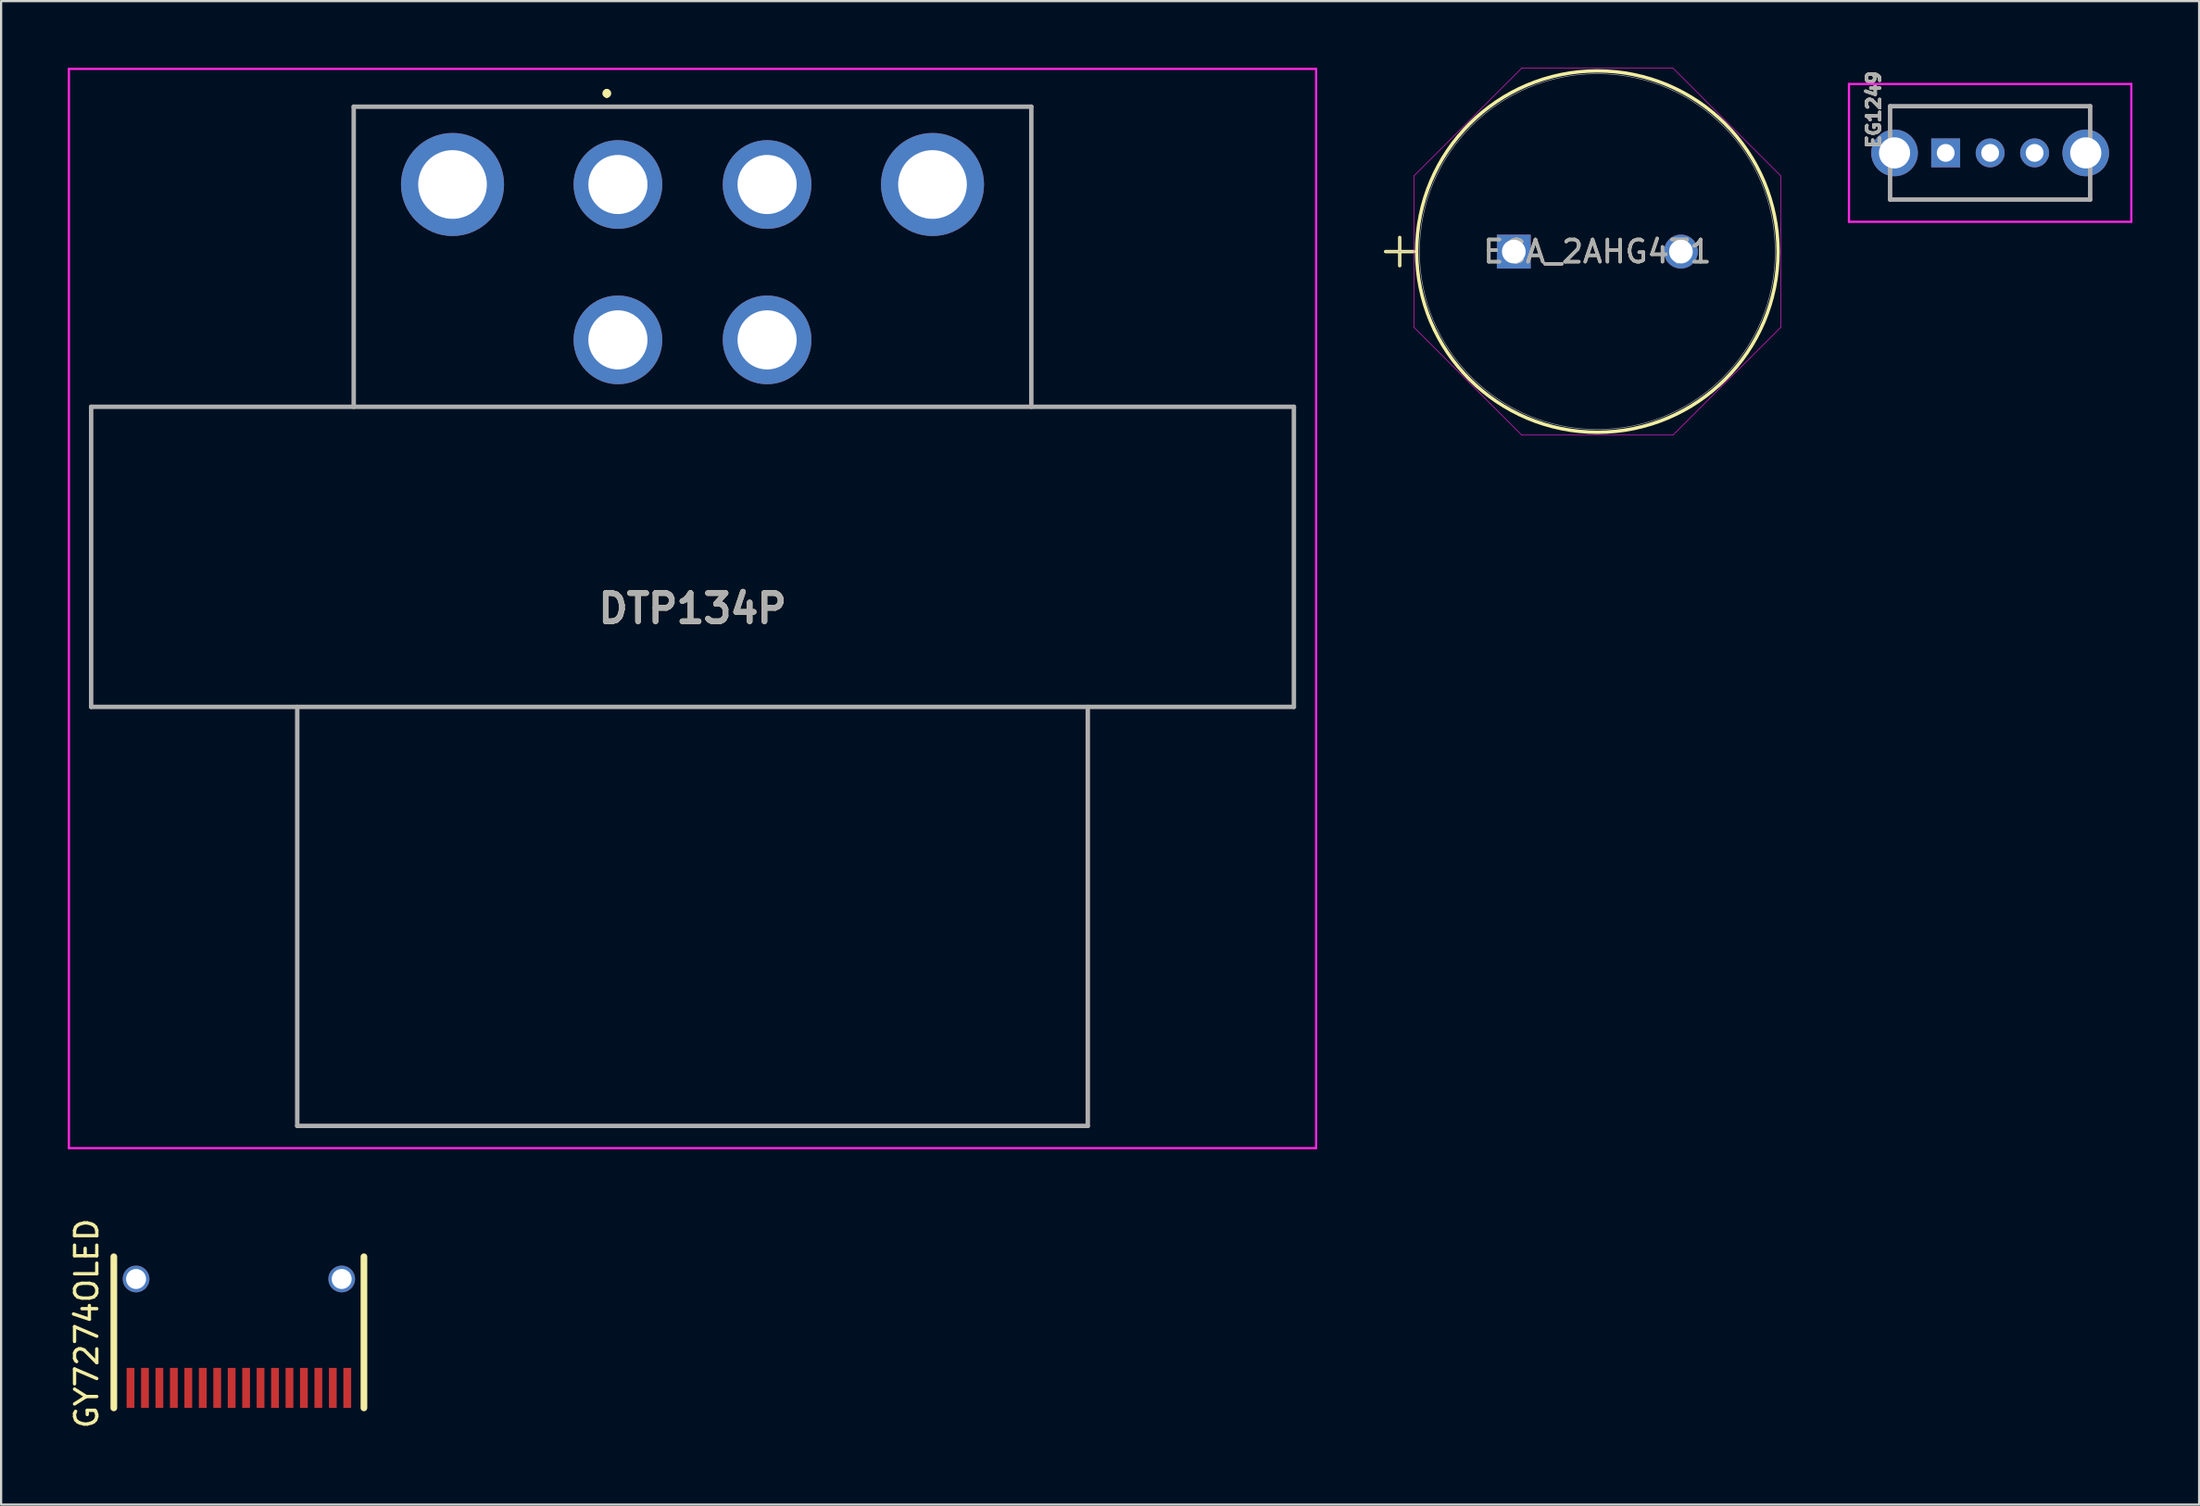
<source format=kicad_pcb>
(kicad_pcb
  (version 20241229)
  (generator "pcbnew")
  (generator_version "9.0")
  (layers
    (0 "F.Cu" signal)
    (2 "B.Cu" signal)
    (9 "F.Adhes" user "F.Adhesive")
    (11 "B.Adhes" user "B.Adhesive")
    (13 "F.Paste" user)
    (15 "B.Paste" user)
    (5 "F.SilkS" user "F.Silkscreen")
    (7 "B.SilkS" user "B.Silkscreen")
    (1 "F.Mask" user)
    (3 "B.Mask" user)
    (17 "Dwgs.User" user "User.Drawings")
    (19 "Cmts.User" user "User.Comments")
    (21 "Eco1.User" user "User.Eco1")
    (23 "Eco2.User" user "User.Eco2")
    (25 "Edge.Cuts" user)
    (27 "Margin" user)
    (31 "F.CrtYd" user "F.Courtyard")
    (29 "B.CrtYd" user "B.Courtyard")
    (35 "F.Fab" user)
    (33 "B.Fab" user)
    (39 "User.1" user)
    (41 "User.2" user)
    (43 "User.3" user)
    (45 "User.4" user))
  (footprint "GY7274OLED"
    (layer "F.Cu")
    (at 2.07 61.387)
    (property "Reference" "GY7274OLED" (at -1.222 -4.898 270) (layer "F.SilkS") (effects (font (size 1 1) (thickness 0.15))))
    (attr smd)
    (fp_line (start 0 -7.9) (end 0 -1.1) (stroke (width 0.3) (type solid)) (layer "F.SilkS"))
    (fp_line (start 11.25 -1.1) (end 11.25 -7.9) (stroke (width 0.3) (type solid)) (layer "F.SilkS"))
    (pad "1" smd custom (at 0.75 -2) (size 0.35 1.8) (layers "F.Cu" "F.Mask" "F.Paste") (options (anchor rect)) (primitives))
    (pad "2" smd custom (at 1.4 -2) (size 0.35 1.8) (layers "F.Cu" "F.Mask" "F.Paste") (options (anchor rect)) (primitives))
    (pad "3" smd custom (at 2.05 -2) (size 0.35 1.8) (layers "F.Cu" "F.Mask" "F.Paste") (options (anchor rect)) (primitives))
    (pad "4" smd custom (at 2.7 -2) (size 0.35 1.8) (layers "F.Cu" "F.Mask" "F.Paste") (options (anchor rect)) (primitives))
    (pad "5" smd custom (at 3.35 -2) (size 0.35 1.8) (layers "F.Cu" "F.Mask" "F.Paste") (options (anchor rect)) (primitives))
    (pad "6" smd custom (at 4 -2) (size 0.35 1.8) (layers "F.Cu" "F.Mask" "F.Paste") (options (anchor rect)) (primitives))
    (pad "7" smd custom (at 4.65 -2) (size 0.35 1.8) (layers "F.Cu" "F.Mask" "F.Paste") (options (anchor rect)) (primitives))
    (pad "8" smd custom (at 5.3 -2) (size 0.35 1.8) (layers "F.Cu" "F.Mask" "F.Paste") (options (anchor rect)) (primitives))
    (pad "9" smd custom (at 5.95 -2) (size 0.35 1.8) (layers "F.Cu" "F.Mask" "F.Paste") (options (anchor rect)) (primitives))
    (pad "10" smd custom (at 6.6 -2) (size 0.35 1.8) (layers "F.Cu" "F.Mask" "F.Paste") (options (anchor rect)) (primitives))
    (pad "11" smd custom (at 7.25 -2) (size 0.35 1.8) (layers "F.Cu" "F.Mask" "F.Paste") (options (anchor rect)) (primitives))
    (pad "12" smd custom (at 7.9 -2) (size 0.35 1.8) (layers "F.Cu" "F.Mask" "F.Paste") (options (anchor rect)) (primitives))
    (pad "13" smd custom (at 8.55 -2) (size 0.35 1.8) (layers "F.Cu" "F.Mask" "F.Paste") (options (anchor rect)) (primitives))
    (pad "14" smd custom (at 9.2 -2) (size 0.35 1.8) (layers "F.Cu" "F.Mask" "F.Paste") (options (anchor rect)) (primitives))
    (pad "15" smd custom (at 9.85 -2) (size 0.35 1.8) (layers "F.Cu" "F.Mask" "F.Paste") (options (anchor rect)) (primitives))
    (pad "16" smd custom (at 10.5 -2) (size 0.35 1.8) (layers "F.Cu" "F.Mask" "F.Paste") (options (anchor rect)) (primitives))
    (pad "17" thru_hole circle (at 1 -6.9) (size 1.2 1.2) (drill 0.9) (layers "*.Cu" "*.Mask"))
    (pad "17" thru_hole circle (at 10.25 -6.9) (size 1.2 1.2) (drill 0.9) (layers "*.Cu" "*.Mask")))
  (footprint "EG1249"
    (layer "F.Cu")
    (at 84.469 3.828)
    (property "Reference" "EG1249" (at -3.239 -1.949 270) (layer "F.SilkS") (effects (font (size 0.6 0.6) (thickness 0.15))))
    (attr through_hole)
    (fp_line (start -2.5 -2.1) (end -2.5 -1.5) (stroke (width 0.1) (type solid)) (layer "F.SilkS"))
    (fp_line (start -2.5 2.1) (end -2.5 1.5) (stroke (width 0.1) (type solid)) (layer "F.SilkS"))
    (fp_line (start 6.5 -2.1) (end -2.5 -2.1) (stroke (width 0.1) (type solid)) (layer "F.SilkS"))
    (fp_line (start 6.5 -1.5) (end 6.5 -2.1) (stroke (width 0.1) (type solid)) (layer "F.SilkS"))
    (fp_line (start 6.5 1.5) (end 6.5 2.1) (stroke (width 0.1) (type solid)) (layer "F.SilkS"))
    (fp_line (start 6.5 2.1) (end -2.5 2.1) (stroke (width 0.1) (type solid)) (layer "F.SilkS"))
    (fp_line (start -4.35 -3.1) (end -4.35 3.1) (stroke (width 0.1) (type solid)) (layer "F.CrtYd"))
    (fp_line (start -4.35 3.1) (end 8.35 3.1) (stroke (width 0.1) (type solid)) (layer "F.CrtYd"))
    (fp_line (start 8.35 -3.1) (end -4.35 -3.1) (stroke (width 0.1) (type solid)) (layer "F.CrtYd"))
    (fp_line (start 8.35 3.1) (end 8.35 -3.1) (stroke (width 0.1) (type solid)) (layer "F.CrtYd"))
    (fp_line (start -2.5 -2.1) (end -2.5 2.1) (stroke (width 0.2) (type solid)) (layer "F.Fab"))
    (fp_line (start -2.5 2.1) (end 6.5 2.1) (stroke (width 0.2) (type solid)) (layer "F.Fab"))
    (fp_line (start 6.5 -2.1) (end -2.5 -2.1) (stroke (width 0.2) (type solid)) (layer "F.Fab"))
    (fp_line (start 6.5 2.1) (end 6.5 -2.1) (stroke (width 0.2) (type solid)) (layer "F.Fab"))
    (fp_text user "${REFERENCE}" (at -3.239 -1.949 270) (layer "F.Fab") (effects (font (size 0.6 0.6) (thickness 0.15))))
    (pad "1" thru_hole rect (at 0 0) (size 1.3 1.3) (drill 0.8) (layers "*.Cu" "*.Mask"))
    (pad "2" thru_hole circle (at 2 0) (size 1.3 1.3) (drill 0.8) (layers "*.Cu" "*.Mask"))
    (pad "3" thru_hole circle (at 4 0) (size 1.3 1.3) (drill 0.8) (layers "*.Cu" "*.Mask"))
    (pad "4" thru_hole circle (at -2.3 0) (size 2.1 2.1) (drill 1.4) (layers "*.Cu" "*.Mask"))
    (pad "5" thru_hole circle (at 6.3 0) (size 2.1 2.1) (drill 1.4) (layers "*.Cu" "*.Mask")))
  (footprint "DTP134P"
    (layer "F.Cu")
    (at 24.745 5.25)
    (property "Reference" "DTP134P" (at 3.355 19.075 0) (layer "F.SilkS") (effects (font (size 1.27 1.27) (thickness 0.254))))
    (attr through_hole)
    (fp_line (start -23.695 10) (end -23.695 23.5) (stroke (width 0.1) (type solid)) (layer "F.SilkS"))
    (fp_line (start -23.695 23.5) (end 30.405 23.5) (stroke (width 0.1) (type solid)) (layer "F.SilkS"))
    (fp_line (start -14.425 23.5) (end -14.425 42.35) (stroke (width 0.1) (type solid)) (layer "F.SilkS"))
    (fp_line (start -14.425 42.35) (end 21.135 42.35) (stroke (width 0.1) (type solid)) (layer "F.SilkS"))
    (fp_line (start -11.885 -3.5) (end 18.595 -3.5) (stroke (width 0.1) (type solid)) (layer "F.SilkS"))
    (fp_line (start -11.885 10) (end -11.885 -3.5) (stroke (width 0.1) (type solid)) (layer "F.SilkS"))
    (fp_line (start -0.5 -4.2) (end -0.5 -4.2) (stroke (width 0.2) (type solid)) (layer "F.SilkS"))
    (fp_line (start -0.5 -4) (end -0.5 -4) (stroke (width 0.2) (type solid)) (layer "F.SilkS"))
    (fp_line (start 18.595 -3.5) (end 18.595 10) (stroke (width 0.1) (type solid)) (layer "F.SilkS"))
    (fp_line (start 21.135 42.35) (end 21.135 23.5) (stroke (width 0.1) (type solid)) (layer "F.SilkS"))
    (fp_line (start 30.405 10) (end -23.695 10) (stroke (width 0.1) (type solid)) (layer "F.SilkS"))
    (fp_line (start 30.405 23.5) (end 30.405 10) (stroke (width 0.1) (type solid)) (layer "F.SilkS"))
    (fp_arc (start -0.5 -4.2) (mid -0.4 -4.1) (end -0.5 -4) (stroke (width 0.2) (type solid)) (layer "F.SilkS"))
    (fp_arc (start -0.5 -4) (mid -0.6 -4.1) (end -0.5 -4.2) (stroke (width 0.2) (type solid)) (layer "F.SilkS"))
    (fp_line (start -24.695 -5.2) (end -24.695 43.35) (stroke (width 0.1) (type solid)) (layer "F.CrtYd"))
    (fp_line (start -24.695 43.35) (end 31.405 43.35) (stroke (width 0.1) (type solid)) (layer "F.CrtYd"))
    (fp_line (start 31.405 -5.2) (end -24.695 -5.2) (stroke (width 0.1) (type solid)) (layer "F.CrtYd"))
    (fp_line (start 31.405 43.35) (end 31.405 -5.2) (stroke (width 0.1) (type solid)) (layer "F.CrtYd"))
    (fp_line (start -23.695 10) (end -23.695 23.5) (stroke (width 0.2) (type solid)) (layer "F.Fab"))
    (fp_line (start -23.695 23.5) (end 30.405 23.5) (stroke (width 0.2) (type solid)) (layer "F.Fab"))
    (fp_line (start -14.425 23.5) (end -14.425 42.35) (stroke (width 0.2) (type solid)) (layer "F.Fab"))
    (fp_line (start -14.425 42.35) (end 21.135 42.35) (stroke (width 0.2) (type solid)) (layer "F.Fab"))
    (fp_line (start -11.885 -3.5) (end 18.595 -3.5) (stroke (width 0.2) (type solid)) (layer "F.Fab"))
    (fp_line (start -11.885 10) (end -11.885 -3.5) (stroke (width 0.2) (type solid)) (layer "F.Fab"))
    (fp_line (start 18.595 -3.5) (end 18.595 10) (stroke (width 0.2) (type solid)) (layer "F.Fab"))
    (fp_line (start 21.135 42.35) (end 21.135 23.5) (stroke (width 0.2) (type solid)) (layer "F.Fab"))
    (fp_line (start 30.405 10) (end -23.695 10) (stroke (width 0.2) (type solid)) (layer "F.Fab"))
    (fp_line (start 30.405 23.5) (end 30.405 10) (stroke (width 0.2) (type solid)) (layer "F.Fab"))
    (fp_text user "${REFERENCE}" (at 3.355 19.075 0) (layer "F.Fab") (effects (font (size 1.27 1.27) (thickness 0.254))))
    (pad "1" thru_hole circle (at 0 0) (size 3.99 3.99) (drill 2.66) (layers "*.Cu" "*.Mask"))
    (pad "2" thru_hole circle (at 6.71 0) (size 3.99 3.99) (drill 2.66) (layers "*.Cu" "*.Mask"))
    (pad "3" thru_hole circle (at 6.71 6.99) (size 3.99 3.99) (drill 2.66) (layers "*.Cu" "*.Mask"))
    (pad "4" thru_hole circle (at 0 6.99) (size 3.99 3.99) (drill 2.66) (layers "*.Cu" "*.Mask"))
    (pad "MH1" thru_hole circle (at -7.44 0) (size 4.635 4.635) (drill 3.09) (layers "*.Cu" "*.Mask"))
    (pad "MH2" thru_hole circle (at 14.15 0) (size 4.635 4.635) (drill 3.09) (layers "*.Cu" "*.Mask")))
  (footprint "ECA_2AHG471"
    (layer "F.Cu")
    (at 65.042 8.268)
    (property "Reference" "ECA_2AHG471" (at 3.759 0 0) (unlocked yes) (layer "F.SilkS") (effects (font (size 1 1) (thickness 0.15))))
    (attr through_hole)
    (fp_line (start -5.766 0) (end -4.496 0) (stroke (width 0.152) (type solid)) (layer "F.SilkS"))
    (fp_line (start -5.131 -0.635) (end -5.131 0.635) (stroke (width 0.152) (type solid)) (layer "F.SilkS"))
    (fp_circle (center 3.759 0) (end 11.887 0) (stroke (width 0.152) (type solid)) (fill no) (layer "F.SilkS"))
    (fp_line (start -4.496 -3.399) (end 0.36 -8.255) (stroke (width 0.025) (type solid)) (layer "F.CrtYd"))
    (fp_line (start -4.496 3.399) (end -4.496 -3.399) (stroke (width 0.025) (type solid)) (layer "F.CrtYd"))
    (fp_line (start 0.36 -8.255) (end 7.158 -8.255) (stroke (width 0.025) (type solid)) (layer "F.CrtYd"))
    (fp_line (start 0.36 8.255) (end -4.496 3.399) (stroke (width 0.025) (type solid)) (layer "F.CrtYd"))
    (fp_line (start 7.158 -8.255) (end 12.014 -3.399) (stroke (width 0.025) (type solid)) (layer "F.CrtYd"))
    (fp_line (start 7.158 8.255) (end 0.36 8.255) (stroke (width 0.025) (type solid)) (layer "F.CrtYd"))
    (fp_line (start 12.014 -3.399) (end 12.014 3.399) (stroke (width 0.025) (type solid)) (layer "F.CrtYd"))
    (fp_line (start 12.014 3.399) (end 7.158 8.255) (stroke (width 0.025) (type solid)) (layer "F.CrtYd"))
    (fp_line (start -5.766 0) (end -4.496 0) (stroke (width 0.025) (type solid)) (layer "F.Fab"))
    (fp_line (start -5.131 -0.635) (end -5.131 0.635) (stroke (width 0.025) (type solid)) (layer "F.Fab"))
    (fp_circle (center 3.759 0) (end 11.76 0) (stroke (width 0.025) (type solid)) (fill no) (layer "F.Fab"))
    (fp_text user "${REFERENCE}" (at 3.759 0 0) (unlocked yes) (layer "F.Fab") (effects (font (size 1 1) (thickness 0.15))))
    (pad "1" thru_hole rect (at 0 0) (size 1.524 1.524) (drill 1.067) (layers "*.Cu" "*.Mask"))
    (pad "2" thru_hole circle (at 7.518 0) (size 1.524 1.524) (drill 1.067) (layers "*.Cu" "*.Mask")))
  (gr_rect
    (start -3 -3)
    (end 95.869 64.637)
    (stroke (width 0.1) (type default))
    (fill no)
    (layer "Edge.Cuts")))
</source>
